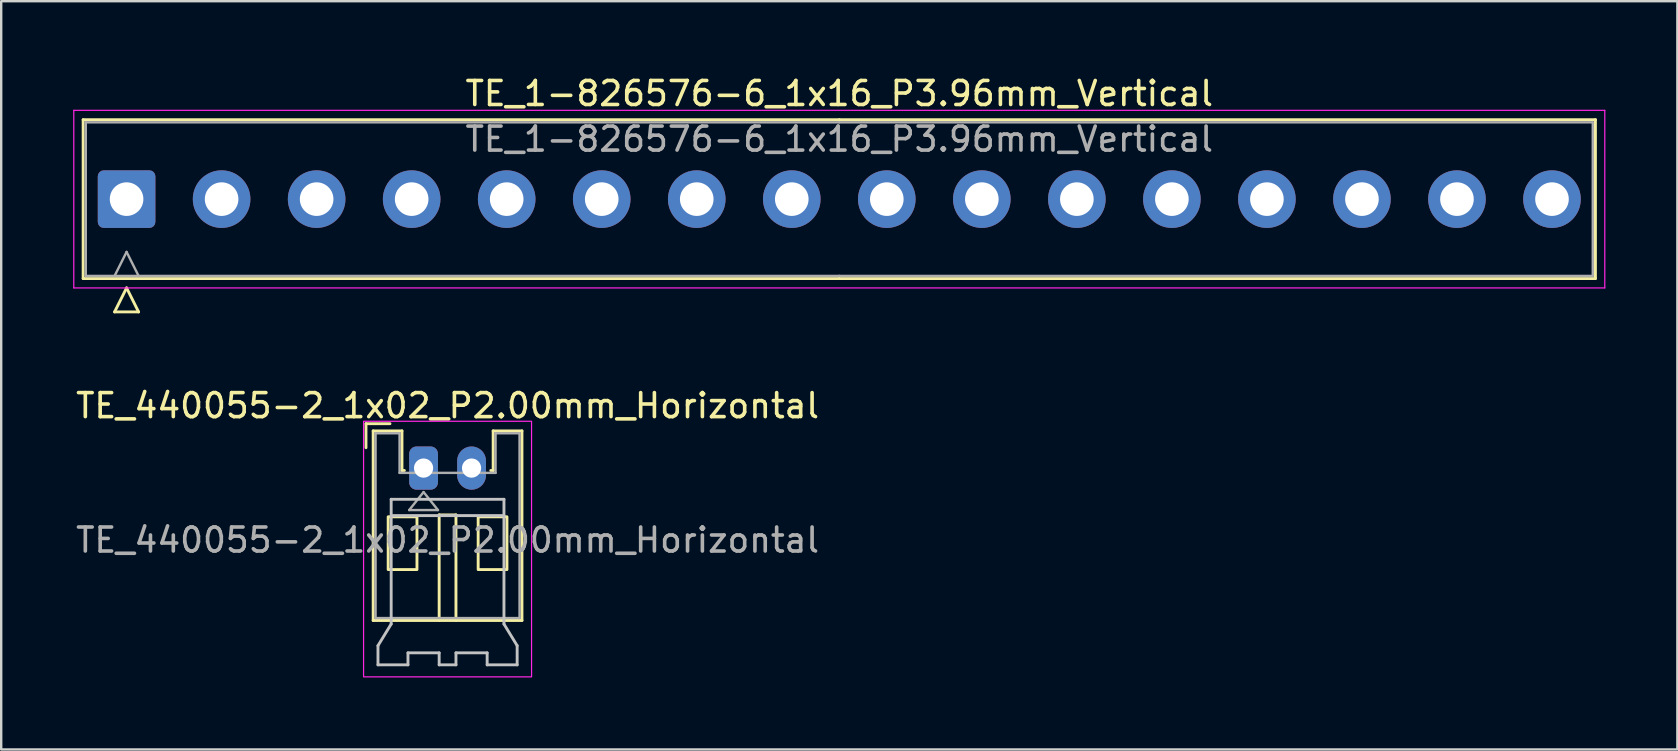
<source format=kicad_pcb>
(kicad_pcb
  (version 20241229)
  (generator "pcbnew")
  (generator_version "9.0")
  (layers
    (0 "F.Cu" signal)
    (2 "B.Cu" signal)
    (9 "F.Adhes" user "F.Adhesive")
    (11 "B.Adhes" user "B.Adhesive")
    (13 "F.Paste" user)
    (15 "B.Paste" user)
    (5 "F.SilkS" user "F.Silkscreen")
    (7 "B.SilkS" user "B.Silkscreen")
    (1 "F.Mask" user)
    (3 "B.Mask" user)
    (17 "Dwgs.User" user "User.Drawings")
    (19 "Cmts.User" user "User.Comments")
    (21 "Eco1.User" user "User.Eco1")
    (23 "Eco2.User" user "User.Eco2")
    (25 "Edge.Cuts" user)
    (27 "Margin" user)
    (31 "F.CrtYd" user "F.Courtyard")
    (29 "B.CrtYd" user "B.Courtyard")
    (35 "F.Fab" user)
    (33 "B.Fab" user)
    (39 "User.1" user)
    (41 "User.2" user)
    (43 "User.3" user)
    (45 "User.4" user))
  (footprint "TE_1-826576-6_1x16_P3.96mm_Vertical"
    (layer "F.Cu")
    (at 2.225 5.248)
    (property "Reference" "TE_1-826576-6_1x16_P3.96mm_Vertical" (at 29.7 -4.4 0) (layer "F.SilkS") (effects (font (size 1 1) (thickness 0.15))))
    (attr through_hole)
    (fp_line (start -1.81 -3.31) (end -1.81 3.31) (stroke (width 0.12) (type solid)) (layer "F.SilkS"))
    (fp_line (start -1.81 3.31) (end 29.7 3.31) (stroke (width 0.12) (type solid)) (layer "F.SilkS"))
    (fp_line (start -0.5 4.7) (end 0 3.7) (stroke (width 0.12) (type solid)) (layer "F.SilkS"))
    (fp_line (start 0 3.7) (end 0.5 4.7) (stroke (width 0.12) (type solid)) (layer "F.SilkS"))
    (fp_line (start 0.5 4.7) (end -0.5 4.7) (stroke (width 0.12) (type solid)) (layer "F.SilkS"))
    (fp_line (start 29.7 -3.31) (end -1.81 -3.31) (stroke (width 0.12) (type solid)) (layer "F.SilkS"))
    (fp_line (start 29.7 -3.31) (end 61.21 -3.31) (stroke (width 0.12) (type solid)) (layer "F.SilkS"))
    (fp_line (start 61.21 -3.31) (end 61.21 3.31) (stroke (width 0.12) (type solid)) (layer "F.SilkS"))
    (fp_line (start 61.21 3.31) (end 29.7 3.31) (stroke (width 0.12) (type solid)) (layer "F.SilkS"))
    (fp_line (start -2.2 -3.7) (end -2.2 3.7) (stroke (width 0.05) (type solid)) (layer "F.CrtYd"))
    (fp_line (start -2.2 3.7) (end 61.6 3.7) (stroke (width 0.05) (type solid)) (layer "F.CrtYd"))
    (fp_line (start 61.6 -3.7) (end -2.2 -3.7) (stroke (width 0.05) (type solid)) (layer "F.CrtYd"))
    (fp_line (start 61.6 3.7) (end 61.6 -3.7) (stroke (width 0.05) (type solid)) (layer "F.CrtYd"))
    (fp_line (start -1.7 -3.2) (end -1.7 3.2) (stroke (width 0.1) (type solid)) (layer "F.Fab"))
    (fp_line (start -1.7 3.2) (end 29.7 3.2) (stroke (width 0.1) (type solid)) (layer "F.Fab"))
    (fp_line (start -0.5 3.2) (end 0 2.2) (stroke (width 0.1) (type solid)) (layer "F.Fab"))
    (fp_line (start 0 2.2) (end 0.5 3.2) (stroke (width 0.1) (type solid)) (layer "F.Fab"))
    (fp_line (start 29.7 -3.2) (end -1.7 -3.2) (stroke (width 0.1) (type solid)) (layer "F.Fab"))
    (fp_line (start 29.7 -3.2) (end 61.1 -3.2) (stroke (width 0.1) (type solid)) (layer "F.Fab"))
    (fp_line (start 61.1 -3.2) (end 61.1 3.2) (stroke (width 0.1) (type solid)) (layer "F.Fab"))
    (fp_line (start 61.1 3.2) (end 29.7 3.2) (stroke (width 0.1) (type solid)) (layer "F.Fab"))
    (fp_text user "${REFERENCE}" (at 29.7 -2.5 0) (layer "F.Fab") (effects (font (size 1 1) (thickness 0.15))))
    (pad "1" thru_hole roundrect (at 0 0) (size 2.4 2.4) (drill 1.4) (layers "*.Cu" "*.Mask") (roundrect_rratio 0.104))
    (pad "2" thru_hole circle (at 3.96 0) (size 2.4 2.4) (drill 1.4) (layers "*.Cu" "*.Mask"))
    (pad "3" thru_hole circle (at 7.92 0) (size 2.4 2.4) (drill 1.4) (layers "*.Cu" "*.Mask"))
    (pad "4" thru_hole circle (at 11.88 0) (size 2.4 2.4) (drill 1.4) (layers "*.Cu" "*.Mask"))
    (pad "5" thru_hole circle (at 15.84 0) (size 2.4 2.4) (drill 1.4) (layers "*.Cu" "*.Mask"))
    (pad "6" thru_hole circle (at 19.8 0) (size 2.4 2.4) (drill 1.4) (layers "*.Cu" "*.Mask"))
    (pad "7" thru_hole circle (at 23.76 0) (size 2.4 2.4) (drill 1.4) (layers "*.Cu" "*.Mask"))
    (pad "8" thru_hole circle (at 27.72 0) (size 2.4 2.4) (drill 1.4) (layers "*.Cu" "*.Mask"))
    (pad "9" thru_hole circle (at 31.68 0) (size 2.4 2.4) (drill 1.4) (layers "*.Cu" "*.Mask"))
    (pad "10" thru_hole circle (at 35.64 0) (size 2.4 2.4) (drill 1.4) (layers "*.Cu" "*.Mask"))
    (pad "11" thru_hole circle (at 39.6 0) (size 2.4 2.4) (drill 1.4) (layers "*.Cu" "*.Mask"))
    (pad "12" thru_hole circle (at 43.56 0) (size 2.4 2.4) (drill 1.4) (layers "*.Cu" "*.Mask"))
    (pad "13" thru_hole circle (at 47.52 0) (size 2.4 2.4) (drill 1.4) (layers "*.Cu" "*.Mask"))
    (pad "14" thru_hole circle (at 51.48 0) (size 2.4 2.4) (drill 1.4) (layers "*.Cu" "*.Mask"))
    (pad "15" thru_hole circle (at 55.44 0) (size 2.4 2.4) (drill 1.4) (layers "*.Cu" "*.Mask"))
    (pad "16" thru_hole circle (at 59.4 0) (size 2.4 2.4) (drill 1.4) (layers "*.Cu" "*.Mask")))
  (footprint "TE_440055-2_1x02_P2.00mm_Horizontal"
    (layer "F.Cu")
    (at 14.601 16.456)
    (property "Reference" "TE_440055-2_1x02_P2.00mm_Horizontal" (at 1 -2.6 0) (unlocked yes) (layer "F.SilkS") (effects (font (size 1 1) (thickness 0.15))))
    (attr through_hole)
    (fp_line (start -2.4 -1.85) (end -2.4 -0.85) (stroke (width 0.12) (type solid)) (layer "F.SilkS"))
    (fp_line (start -2.4 -1.85) (end -1.4 -1.85) (stroke (width 0.12) (type solid)) (layer "F.SilkS"))
    (fp_line (start -2.1 -1.55) (end -2.1 6.35) (stroke (width 0.12) (type solid)) (layer "F.SilkS"))
    (fp_line (start -2.1 6.35) (end 4.1 6.35) (stroke (width 0.12) (type solid)) (layer "F.SilkS"))
    (fp_line (start -0.9 -1.55) (end -2.1 -1.55) (stroke (width 0.12) (type solid)) (layer "F.SilkS"))
    (fp_line (start -0.9 0.1) (end -0.9 -1.55) (stroke (width 0.12) (type solid)) (layer "F.SilkS"))
    (fp_line (start -0.8 0.1) (end -0.9 0.1) (stroke (width 0.12) (type solid)) (layer "F.SilkS"))
    (fp_line (start 0.65 1.95) (end 0.65 6.35) (stroke (width 0.12) (type solid)) (layer "F.SilkS"))
    (fp_line (start 0.65 1.95) (end 1.35 1.95) (stroke (width 0.12) (type solid)) (layer "F.SilkS"))
    (fp_line (start 1.35 1.95) (end 1.35 6.35) (stroke (width 0.12) (type solid)) (layer "F.SilkS"))
    (fp_line (start 2.9 -1.55) (end 2.9 0.1) (stroke (width 0.12) (type solid)) (layer "F.SilkS"))
    (fp_line (start 2.9 0.1) (end 2.8 0.1) (stroke (width 0.12) (type solid)) (layer "F.SilkS"))
    (fp_line (start 4.1 -1.55) (end 2.9 -1.55) (stroke (width 0.12) (type solid)) (layer "F.SilkS"))
    (fp_line (start 4.1 6.35) (end 4.1 -1.55) (stroke (width 0.12) (type solid)) (layer "F.SilkS"))
    (fp_rect (start -1.475 2.03) (end -0.275 4.23) (stroke (width 0.12) (type solid)) (fill no) (layer "F.SilkS"))
    (fp_rect (start 2.275 2.03) (end 3.475 4.23) (stroke (width 0.12) (type solid)) (fill no) (layer "F.SilkS"))
    (fp_line (start -1.9 7.4) (end -1.9 8.2) (stroke (width 0.12) (type solid)) (layer "Dwgs.User"))
    (fp_line (start -1.9 8.2) (end -0.65 8.2) (stroke (width 0.12) (type solid)) (layer "Dwgs.User"))
    (fp_line (start -1.35 1.3) (end 3.35 1.3) (stroke (width 0.12) (type solid)) (layer "Dwgs.User"))
    (fp_line (start -1.35 1.98) (end 3.35 1.98) (stroke (width 0.12) (type solid)) (layer "Dwgs.User"))
    (fp_line (start -1.35 6.5) (end -1.9 7.4) (stroke (width 0.12) (type solid)) (layer "Dwgs.User"))
    (fp_line (start -1.35 6.5) (end -1.35 1.3) (stroke (width 0.12) (type solid)) (layer "Dwgs.User"))
    (fp_line (start -0.65 8.2) (end -0.65 7.7) (stroke (width 0.12) (type solid)) (layer "Dwgs.User"))
    (fp_line (start 0.65 7.7) (end -0.65 7.7) (stroke (width 0.12) (type solid)) (layer "Dwgs.User"))
    (fp_line (start 0.65 7.7) (end 0.65 8.2) (stroke (width 0.12) (type solid)) (layer "Dwgs.User"))
    (fp_line (start 0.65 8.2) (end 1.35 8.2) (stroke (width 0.12) (type solid)) (layer "Dwgs.User"))
    (fp_line (start 1.35 7.7) (end 1.35 8.2) (stroke (width 0.12) (type solid)) (layer "Dwgs.User"))
    (fp_line (start 2.65 7.7) (end 1.35 7.7) (stroke (width 0.12) (type solid)) (layer "Dwgs.User"))
    (fp_line (start 2.65 7.7) (end 2.65 8.2) (stroke (width 0.12) (type solid)) (layer "Dwgs.User"))
    (fp_line (start 2.65 8.2) (end 3.9 8.2) (stroke (width 0.12) (type solid)) (layer "Dwgs.User"))
    (fp_line (start 3.35 6.5) (end 3.35 1.3) (stroke (width 0.12) (type solid)) (layer "Dwgs.User"))
    (fp_line (start 3.35 6.5) (end 3.9 7.4) (stroke (width 0.12) (type solid)) (layer "Dwgs.User"))
    (fp_line (start 3.9 7.4) (end 3.9 8.2) (stroke (width 0.12) (type solid)) (layer "Dwgs.User"))
    (fp_rect (start -2.5 -1.95) (end 4.5 8.7) (stroke (width 0.05) (type solid)) (fill no) (layer "F.CrtYd"))
    (fp_line (start -2 -1.45) (end -2 6.25) (stroke (width 0.1) (type solid)) (layer "F.Fab"))
    (fp_line (start -2 -1.45) (end -1 -1.45) (stroke (width 0.1) (type solid)) (layer "F.Fab"))
    (fp_line (start -1 0.2) (end -1 -1.45) (stroke (width 0.1) (type solid)) (layer "F.Fab"))
    (fp_line (start -1 0.2) (end 3 0.2) (stroke (width 0.1) (type solid)) (layer "F.Fab"))
    (fp_line (start -0.6 1.75) (end 0 1) (stroke (width 0.1) (type solid)) (layer "F.Fab"))
    (fp_line (start -0.6 1.75) (end 0.6 1.75) (stroke (width 0.1) (type solid)) (layer "F.Fab"))
    (fp_line (start 0 1) (end 0.6 1.75) (stroke (width 0.1) (type solid)) (layer "F.Fab"))
    (fp_line (start 3 -1.45) (end 3 0.2) (stroke (width 0.1) (type solid)) (layer "F.Fab"))
    (fp_line (start 3 -1.45) (end 4 -1.45) (stroke (width 0.1) (type solid)) (layer "F.Fab"))
    (fp_line (start 4 6.25) (end -2 6.25) (stroke (width 0.1) (type solid)) (layer "F.Fab"))
    (fp_line (start 4 6.25) (end 4 -1.45) (stroke (width 0.1) (type solid)) (layer "F.Fab"))
    (fp_text user "${REFERENCE}" (at 1 3 0) (unlocked yes) (layer "F.Fab") (effects (font (size 1 1) (thickness 0.15))))
    (pad "1" thru_hole roundrect (at 0 0) (size 1.2 1.8) (drill 0.8) (layers "*.Cu" "*.Mask") (roundrect_rratio 0.25))
    (pad "2" thru_hole oval (at 2 0) (size 1.2 1.8) (drill 0.8) (layers "*.Cu" "*.Mask")))
  (gr_rect
    (start -3 -3)
    (end 66.85 28.181)
    (stroke (width 0.1) (type default))
    (fill no)
    (layer "Edge.Cuts")))
</source>
